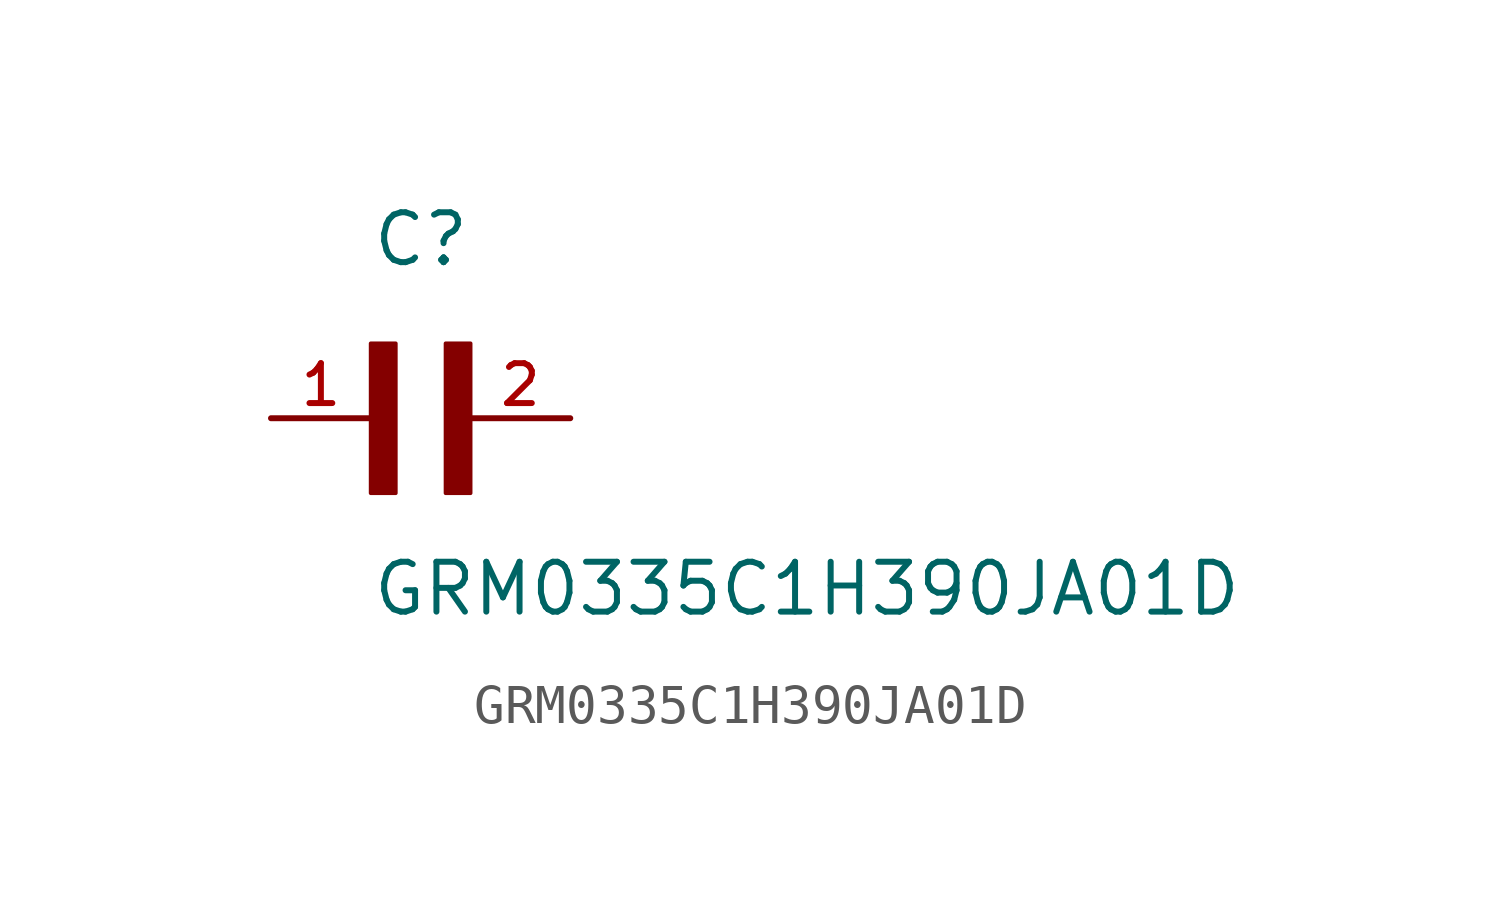
<source format=kicad_sym>
(kicad_symbol_lib
  (version 20211014)
  (generator kicad_symbol_editor)
  (symbol "GRM0335C1H390JA01D"
    (pin_names
      (offset 1.016))
    (property "Reference" "C"
      (at 0.0 3.811 0)
      (effects (font (size 1.27 1.27)) (justify bottom left)))
    (property "Value" "GRM0335C1H390JA01D"
      (at 0.0 -5.088 0)
      (effects (font (size 1.27 1.27)) (justify bottom left)))
    (symbol "GRM0335C1H390JA01D_0_0"
      (rectangle (start 0.0 -1.907) (end 0.635 1.905) (stroke (width 0.1)) (fill (type outline)))
      (rectangle (start 1.907 -1.907) (end 2.54 1.905) (stroke (width 0.1)) (fill (type outline)))
      (pin passive line (at 5.08 0.0 180.0) (length 2.54) (name "~" (effects (font (size 1.016 1.016)))) (number "2" (effects (font (size 1.016 1.016)))))
      (pin passive line (at -2.54 0.0 0) (length 2.54) (name "~" (effects (font (size 1.016 1.016)))) (number "1" (effects (font (size 1.016 1.016))))))))
</source>
